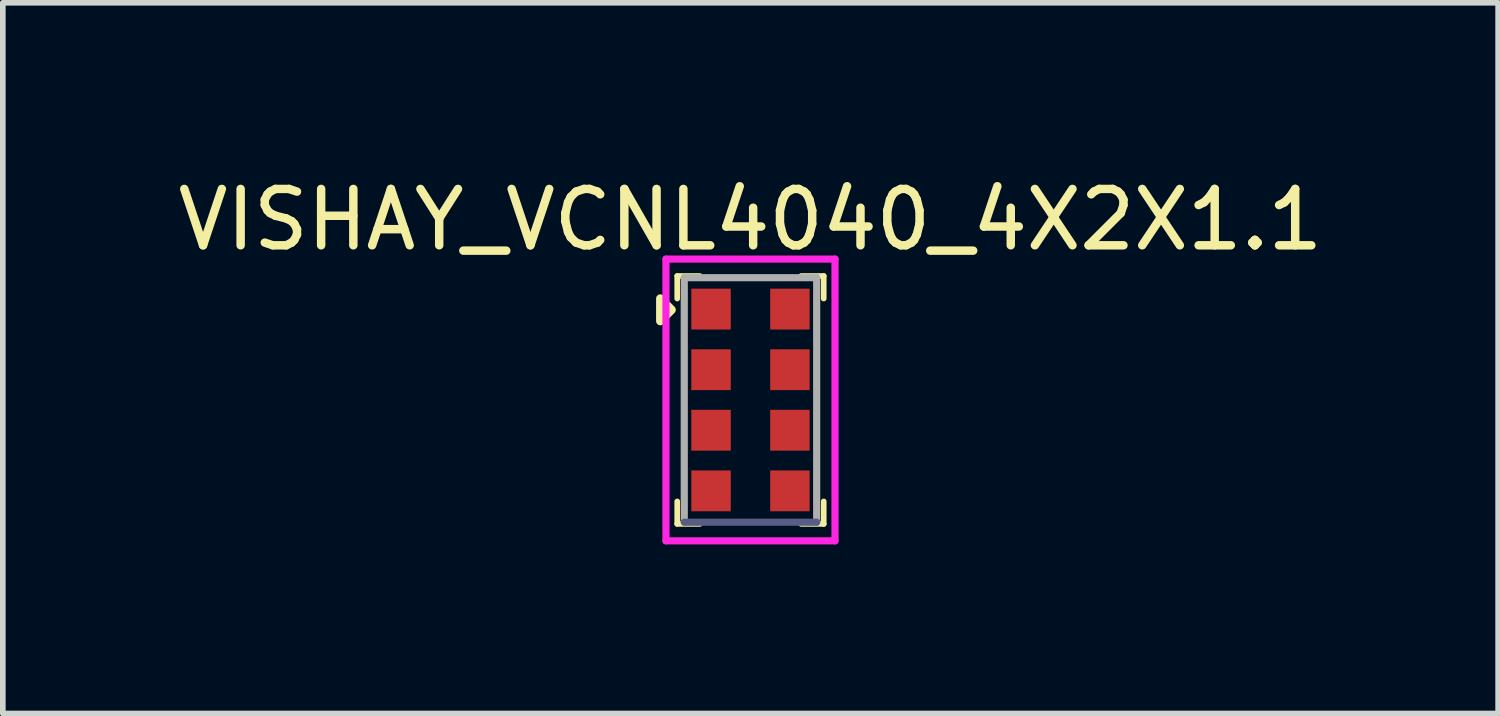
<source format=kicad_pcb>
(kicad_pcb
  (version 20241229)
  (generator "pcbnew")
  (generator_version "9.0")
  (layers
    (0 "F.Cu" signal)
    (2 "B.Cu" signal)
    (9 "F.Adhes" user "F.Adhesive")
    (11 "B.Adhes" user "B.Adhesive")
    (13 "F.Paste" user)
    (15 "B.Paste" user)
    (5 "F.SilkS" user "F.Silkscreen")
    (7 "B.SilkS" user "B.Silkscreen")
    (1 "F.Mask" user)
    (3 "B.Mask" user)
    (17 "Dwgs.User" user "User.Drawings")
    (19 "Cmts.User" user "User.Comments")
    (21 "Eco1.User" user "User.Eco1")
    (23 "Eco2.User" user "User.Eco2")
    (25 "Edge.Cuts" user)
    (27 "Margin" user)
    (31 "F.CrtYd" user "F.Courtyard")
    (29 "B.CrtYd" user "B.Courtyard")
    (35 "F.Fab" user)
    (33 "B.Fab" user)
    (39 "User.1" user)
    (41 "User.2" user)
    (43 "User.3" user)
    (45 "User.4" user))
  (footprint "VISHAY_VCNL4040_4X2X1.1"
    (layer "F.Cu")
    (at 10.268 4.048)
    (property "Reference" "VISHAY_VCNL4040_4X2X1.1" (at 0 -3.2 0) (layer "F.SilkS") (effects (font (size 1 1) (thickness 0.15))))
    (attr smd)
    (fp_line (start -1.3 -2.2) (end -0.9 -2.2) (stroke (width 0.1) (type default)) (layer "F.SilkS"))
    (fp_line (start -1.3 -1.8) (end -1.3 -2.2) (stroke (width 0.1) (type default)) (layer "F.SilkS"))
    (fp_line (start -1.3 2.2) (end -1.3 1.8) (stroke (width 0.1) (type default)) (layer "F.SilkS"))
    (fp_line (start -0.9 2.2) (end -1.3 2.2) (stroke (width 0.1) (type default)) (layer "F.SilkS"))
    (fp_line (start 0.9 -2.2) (end 1.3 -2.2) (stroke (width 0.1) (type default)) (layer "F.SilkS"))
    (fp_line (start 1.3 -2.2) (end 1.3 -1.8) (stroke (width 0.1) (type default)) (layer "F.SilkS"))
    (fp_line (start 1.3 1.8) (end 1.3 2.2) (stroke (width 0.1) (type default)) (layer "F.SilkS"))
    (fp_line (start 1.3 2.2) (end 0.9 2.2) (stroke (width 0.1) (type default)) (layer "F.SilkS"))
    (fp_poly (pts (xy -1.4 -1.6) (xy -1.6 -1.8) (xy -1.6 -1.4)) (stroke (width 0.15) (type solid)) (fill yes) (layer "F.SilkS"))
    (fp_line (start -1.5 -2.5) (end 1.5 -2.5) (stroke (width 0.127) (type solid)) (layer "F.CrtYd"))
    (fp_line (start -1.5 2.5) (end -1.5 -2.5) (stroke (width 0.127) (type solid)) (layer "F.CrtYd"))
    (fp_line (start 1.5 -2.5) (end 1.5 2.5) (stroke (width 0.127) (type solid)) (layer "F.CrtYd"))
    (fp_line (start 1.5 2.5) (end -1.5 2.5) (stroke (width 0.127) (type solid)) (layer "F.CrtYd"))
    (fp_line (start 1.175 2.17) (end -1.175 2.17) (stroke (width 0.127) (type solid)) (layer "B.Fab"))
    (fp_line (start -1.175 -2.17) (end 1.175 -2.17) (stroke (width 0.127) (type solid)) (layer "F.Fab"))
    (fp_line (start -1.175 2.17) (end -1.175 -2.17) (stroke (width 0.127) (type solid)) (layer "F.Fab"))
    (fp_line (start 1.175 -2.17) (end 1.175 2.17) (stroke (width 0.127) (type solid)) (layer "F.Fab"))
    (pad "1" smd rect (at -0.7 -1.613) (size 0.7 0.725) (layers "F.Cu" "F.Mask" "F.Paste"))
    (pad "2" smd rect (at -0.7 -0.537) (size 0.7 0.725) (layers "F.Cu" "F.Mask" "F.Paste"))
    (pad "3" smd rect (at -0.7 0.537) (size 0.7 0.725) (layers "F.Cu" "F.Mask" "F.Paste"))
    (pad "4" smd rect (at -0.7 1.613) (size 0.7 0.725) (layers "F.Cu" "F.Mask" "F.Paste"))
    (pad "5" smd rect (at 0.7 1.613) (size 0.7 0.725) (layers "F.Cu" "F.Mask" "F.Paste"))
    (pad "6" smd rect (at 0.7 0.537) (size 0.7 0.725) (layers "F.Cu" "F.Mask" "F.Paste"))
    (pad "7" smd rect (at 0.7 -0.537) (size 0.7 0.725) (layers "F.Cu" "F.Mask" "F.Paste"))
    (pad "8" smd rect (at 0.7 -1.613) (size 0.7 0.725) (layers "F.Cu" "F.Mask" "F.Paste")))
  (gr_rect
    (start -3 -3)
    (end 23.536 9.612)
    (stroke (width 0.1) (type default))
    (fill no)
    (layer "Edge.Cuts")))
</source>
